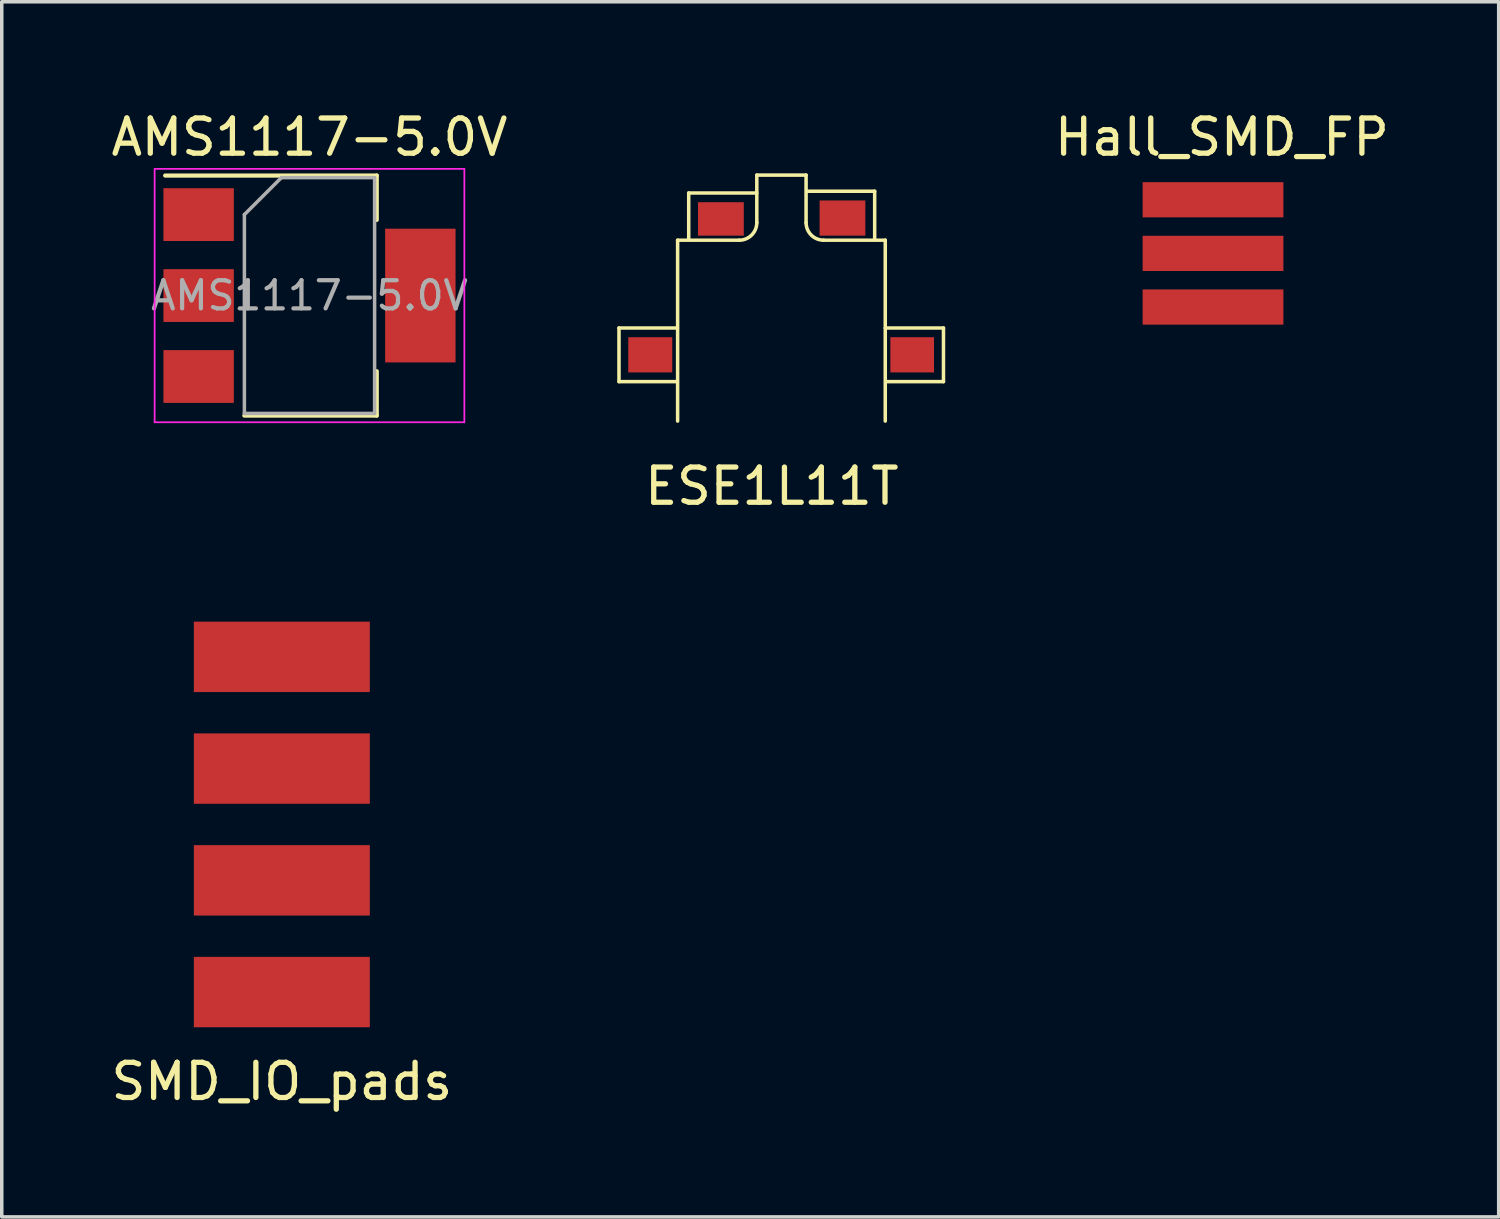
<source format=kicad_pcb>
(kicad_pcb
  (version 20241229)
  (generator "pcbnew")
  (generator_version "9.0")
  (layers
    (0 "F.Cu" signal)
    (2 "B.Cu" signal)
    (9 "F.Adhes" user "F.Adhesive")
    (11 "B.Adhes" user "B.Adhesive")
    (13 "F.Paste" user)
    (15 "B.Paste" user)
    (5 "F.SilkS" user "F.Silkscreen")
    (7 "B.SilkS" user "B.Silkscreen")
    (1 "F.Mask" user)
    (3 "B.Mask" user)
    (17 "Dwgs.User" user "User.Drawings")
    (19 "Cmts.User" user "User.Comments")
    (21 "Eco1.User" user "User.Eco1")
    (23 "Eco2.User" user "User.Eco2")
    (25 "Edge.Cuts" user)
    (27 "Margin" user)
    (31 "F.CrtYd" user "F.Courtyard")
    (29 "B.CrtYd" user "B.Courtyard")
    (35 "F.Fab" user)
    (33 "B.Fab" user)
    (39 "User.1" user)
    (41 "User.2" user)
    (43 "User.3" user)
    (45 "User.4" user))
  (footprint "Hall_SMD_FP"
    (layer "F.Cu")
    (at 31.417 1.864)
    (property "Reference" "Hall_SMD_FP" (at 0.254 -1.016 0) (layer "F.SilkS") (effects (font (size 1 1) (thickness 0.15))))
    (attr through_hole)
    (pad "1" smd rect (at 0 0.762) (size 4 1) (layers "F.Cu" "F.Mask" "F.Paste"))
    (pad "2" smd rect (at 0 2.286) (size 4 1) (layers "F.Cu" "F.Mask" "F.Paste"))
    (pad "3" smd rect (at 0 3.81) (size 4 1) (layers "F.Cu" "F.Mask" "F.Paste")))
  (footprint "SMD_IO_pads"
    (layer "F.Cu")
    (at 4.958 21.329)
    (property "Reference" "SMD_IO_pads" (at 0 6.35 0) (layer "F.SilkS") (effects (font (size 1 1) (thickness 0.15))))
    (attr through_hole)
    (pad "1" smd rect (at 0 -5.715) (size 5 2) (layers "F.Cu" "F.Mask" "F.Paste"))
    (pad "2" smd rect (at 0 -2.54) (size 5 2) (layers "F.Cu" "F.Mask" "F.Paste"))
    (pad "3" smd rect (at 0 0.635) (size 5 2) (layers "F.Cu" "F.Mask" "F.Paste"))
    (pad "4" smd rect (at 0 3.81) (size 5 2) (layers "F.Cu" "F.Mask" "F.Paste")))
  (footprint "ESE1L11T"
    (layer "F.Cu")
    (at 18.907 0.25)
    (property "Reference" "ESE1L11T" (at -0.025 10.516 0) (layer "F.SilkS") (effects (font (size 1 1) (thickness 0.15))))
    (attr through_hole)
    (fp_line (start -4.369 6.02) (end -4.369 7.544) (stroke (width 0.1) (type solid)) (layer "F.SilkS"))
    (fp_line (start -4.369 7.544) (end -2.718 7.544) (stroke (width 0.1) (type solid)) (layer "F.SilkS"))
    (fp_line (start -2.743 6.02) (end -4.369 6.02) (stroke (width 0.1) (type solid)) (layer "F.SilkS"))
    (fp_line (start -2.703 3.525) (end -2.703 8.664) (stroke (width 0.1) (type solid)) (layer "F.SilkS"))
    (fp_line (start -2.388 2.184) (end -2.388 3.505) (stroke (width 0.1) (type solid)) (layer "F.SilkS"))
    (fp_line (start -0.953 3.525) (end -2.703 3.525) (stroke (width 0.1) (type solid)) (layer "F.SilkS"))
    (fp_line (start -0.457 2.184) (end -2.388 2.184) (stroke (width 0.1) (type solid)) (layer "F.SilkS"))
    (fp_line (start -0.453 1.675) (end -0.453 3.025) (stroke (width 0.1) (type solid)) (layer "F.SilkS"))
    (fp_line (start 0.947 1.675) (end -0.453 1.675) (stroke (width 0.1) (type solid)) (layer "F.SilkS"))
    (fp_line (start 0.947 3.025) (end 0.947 1.675) (stroke (width 0.1) (type solid)) (layer "F.SilkS"))
    (fp_line (start 2.896 2.134) (end 0.965 2.134) (stroke (width 0.1) (type solid)) (layer "F.SilkS"))
    (fp_line (start 2.896 3.515) (end 2.896 2.134) (stroke (width 0.1) (type solid)) (layer "F.SilkS"))
    (fp_line (start 3.197 3.525) (end 1.447 3.525) (stroke (width 0.1) (type solid)) (layer "F.SilkS"))
    (fp_line (start 3.197 8.664) (end 3.197 3.525) (stroke (width 0.1) (type solid)) (layer "F.SilkS"))
    (fp_line (start 3.2 6.02) (end 4.851 6.02) (stroke (width 0.1) (type solid)) (layer "F.SilkS"))
    (fp_line (start 4.851 6.02) (end 4.851 7.544) (stroke (width 0.1) (type solid)) (layer "F.SilkS"))
    (fp_line (start 4.851 7.544) (end 3.226 7.544) (stroke (width 0.1) (type solid)) (layer "F.SilkS"))
    (fp_arc (start -0.453001 3.026119) (mid -0.599756 3.379108) (end -0.953 3.525246) (stroke (width 0.1) (type solid)) (layer "F.SilkS"))
    (fp_arc (start 1.446127 3.525245) (mid 1.093138 3.37849) (end 0.947 3.025246) (stroke (width 0.1) (type solid)) (layer "F.SilkS"))
    (pad "1" smd rect (at 1.981 2.896) (size 1.3 1) (layers "F.Cu" "F.Mask" "F.Paste"))
    (pad "2" smd rect (at -3.48 6.782 90) (size 1 1.25) (layers "F.Cu" "F.Mask" "F.Paste"))
    (pad "2" smd rect (at -1.473 2.921) (size 1.3 0.95) (layers "F.Cu" "F.Mask" "F.Paste"))
    (pad "2" smd rect (at 3.962 6.782) (size 1.24 1) (layers "F.Cu" "F.Mask" "F.Paste")))
  (footprint "AMS1117-5.0V"
    (layer "F.Cu")
    (at 5.744 5.348)
    (property "Reference" "AMS1117-5.0V" (at 0 -4.5 0) (layer "F.SilkS") (effects (font (size 1 1) (thickness 0.15))))
    (attr smd)
    (fp_line (start -4.1 -3.41) (end 1.91 -3.41) (stroke (width 0.12) (type solid)) (layer "F.SilkS"))
    (fp_line (start -1.85 3.41) (end 1.91 3.41) (stroke (width 0.12) (type solid)) (layer "F.SilkS"))
    (fp_line (start 1.91 -3.41) (end 1.91 -2.15) (stroke (width 0.12) (type solid)) (layer "F.SilkS"))
    (fp_line (start 1.91 3.41) (end 1.91 2.15) (stroke (width 0.12) (type solid)) (layer "F.SilkS"))
    (fp_line (start -4.4 -3.6) (end -4.4 3.6) (stroke (width 0.05) (type solid)) (layer "F.CrtYd"))
    (fp_line (start -4.4 3.6) (end 4.4 3.6) (stroke (width 0.05) (type solid)) (layer "F.CrtYd"))
    (fp_line (start 4.4 -3.6) (end -4.4 -3.6) (stroke (width 0.05) (type solid)) (layer "F.CrtYd"))
    (fp_line (start 4.4 3.6) (end 4.4 -3.6) (stroke (width 0.05) (type solid)) (layer "F.CrtYd"))
    (fp_line (start -1.85 -2.3) (end -1.85 3.35) (stroke (width 0.1) (type solid)) (layer "F.Fab"))
    (fp_line (start -1.85 -2.3) (end -0.8 -3.35) (stroke (width 0.1) (type solid)) (layer "F.Fab"))
    (fp_line (start -1.85 3.35) (end 1.85 3.35) (stroke (width 0.1) (type solid)) (layer "F.Fab"))
    (fp_line (start -0.8 -3.35) (end 1.85 -3.35) (stroke (width 0.1) (type solid)) (layer "F.Fab"))
    (fp_line (start 1.85 -3.35) (end 1.85 3.35) (stroke (width 0.1) (type solid)) (layer "F.Fab"))
    (fp_text user "${REFERENCE}" (at 0 0 0) (layer "F.Fab") (effects (font (size 0.8 0.8) (thickness 0.12))))
    (pad "1" smd rect (at -3.15 -2.3) (size 2 1.5) (layers "F.Cu" "F.Mask" "F.Paste"))
    (pad "2" smd rect (at -3.15 0) (size 2 1.5) (layers "F.Cu" "F.Mask" "F.Paste"))
    (pad "2" smd rect (at 3.15 0) (size 2 3.8) (layers "F.Cu" "F.Mask" "F.Paste"))
    (pad "3" smd rect (at -3.15 2.3) (size 2 1.5) (layers "F.Cu" "F.Mask" "F.Paste")))
  (gr_rect
    (start -3 -3)
    (end 39.534 31.527)
    (stroke (width 0.1) (type default))
    (fill no)
    (layer "Edge.Cuts")))
</source>
